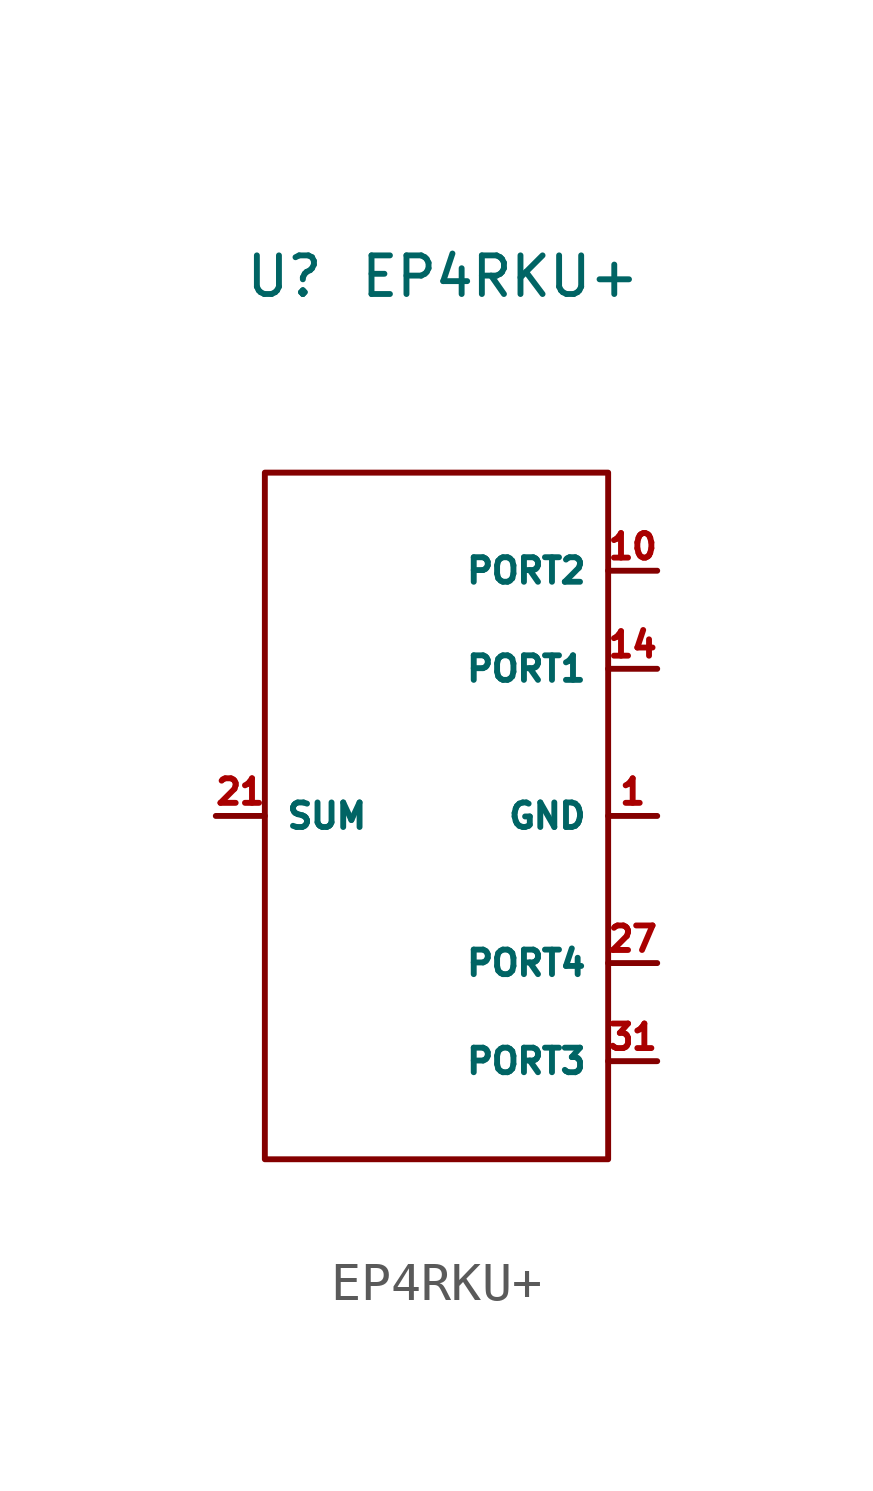
<source format=kicad_sym>
(kicad_symbol_lib
  (version 20241209)
  (generator "kicad_symbol_editor")
  (generator_version "9.0")
  (symbol "EP4RKU+"
    (property "Reference" "U"
      (at -3.302 13.97 0)
      (effects (font (size 1 1))))
    (property "Value" "EP4RKU+"
      (at 2.286 13.97 0)
      (effects (font (size 1 1))))
    (symbol "EP4RKU+_0_1"
      (rectangle (start -3.81 8.89) (end 5.08 -8.89) (stroke (width 0) (type default)) (fill (type none))))
    (symbol "EP4RKU+_1_0"
      (pin passive line (at 6.35 0 180) (length 1.27) (name "GND" (effects (font (size 0.635 0.635)))) (number "1" (effects (font (size 0.635 0.635)))))
      (pin passive line (at 6.35 0 180) (length 1.27) (hide yes) (name "GND" (effects (font (size 0.635 0.635)))) (number "11" (effects (font (size 0.635 0.635)))))
      (pin passive line (at 6.35 0 180) (length 1.27) (hide yes) (name "GND" (effects (font (size 0.635 0.635)))) (number "12" (effects (font (size 0.635 0.635)))))
      (pin passive line (at 6.35 0 180) (length 1.27) (hide yes) (name "GND" (effects (font (size 0.635 0.635)))) (number "13" (effects (font (size 0.635 0.635)))))
      (pin passive line (at 6.35 0 180) (length 1.27) (hide yes) (name "GND" (effects (font (size 0.635 0.635)))) (number "15" (effects (font (size 0.635 0.635)))))
      (pin passive line (at 6.35 0 180) (length 1.27) (hide yes) (name "GND" (effects (font (size 0.635 0.635)))) (number "16" (effects (font (size 0.635 0.635)))))
      (pin passive line (at 6.35 0 180) (length 1.27) (hide yes) (name "GND" (effects (font (size 0.635 0.635)))) (number "17" (effects (font (size 0.635 0.635)))))
      (pin passive line (at 6.35 0 180) (length 1.27) (hide yes) (name "GND" (effects (font (size 0.635 0.635)))) (number "18" (effects (font (size 0.635 0.635)))))
      (pin passive line (at 6.35 0 180) (length 1.27) (hide yes) (name "GND" (effects (font (size 0.635 0.635)))) (number "19" (effects (font (size 0.635 0.635)))))
      (pin passive line (at 6.35 0 180) (length 1.27) (hide yes) (name "GND" (effects (font (size 0.635 0.635)))) (number "2" (effects (font (size 0.635 0.635)))))
      (pin passive line (at 6.35 0 180) (length 1.27) (hide yes) (name "GND" (effects (font (size 0.635 0.635)))) (number "20" (effects (font (size 0.635 0.635)))))
      (pin passive line (at 6.35 0 180) (length 1.27) (hide yes) (name "GND" (effects (font (size 0.635 0.635)))) (number "22" (effects (font (size 0.635 0.635)))))
      (pin passive line (at 6.35 0 180) (length 1.27) (hide yes) (name "GND" (effects (font (size 0.635 0.635)))) (number "23" (effects (font (size 0.635 0.635)))))
      (pin passive line (at 6.35 0 180) (length 1.27) (hide yes) (name "GND" (effects (font (size 0.635 0.635)))) (number "24" (effects (font (size 0.635 0.635)))))
      (pin passive line (at 6.35 0 180) (length 1.27) (hide yes) (name "GND" (effects (font (size 0.635 0.635)))) (number "25" (effects (font (size 0.635 0.635)))))
      (pin passive line (at 6.35 0 180) (length 1.27) (hide yes) (name "GND" (effects (font (size 0.635 0.635)))) (number "26" (effects (font (size 0.635 0.635)))))
      (pin passive line (at 6.35 0 180) (length 1.27) (hide yes) (name "GND" (effects (font (size 0.635 0.635)))) (number "28" (effects (font (size 0.635 0.635)))))
      (pin passive line (at 6.35 0 180) (length 1.27) (hide yes) (name "GND" (effects (font (size 0.635 0.635)))) (number "29" (effects (font (size 0.635 0.635)))))
      (pin passive line (at 6.35 0 180) (length 1.27) (hide yes) (name "GND" (effects (font (size 0.635 0.635)))) (number "3" (effects (font (size 0.635 0.635)))))
      (pin passive line (at 6.35 0 180) (length 1.27) (hide yes) (name "GND" (effects (font (size 0.635 0.635)))) (number "30" (effects (font (size 0.635 0.635)))))
      (pin passive line (at 6.35 0 180) (length 1.27) (hide yes) (name "GND" (effects (font (size 0.635 0.635)))) (number "32" (effects (font (size 0.635 0.635)))))
      (pin passive line (at 6.35 0 180) (length 1.27) (hide yes) (name "GND" (effects (font (size 0.635 0.635)))) (number "33" (effects (font (size 0.635 0.635)))))
      (pin passive line (at 6.35 0 180) (length 1.27) (hide yes) (name "GND" (effects (font (size 0.635 0.635)))) (number "4" (effects (font (size 0.635 0.635)))))
      (pin passive line (at 6.35 0 180) (length 1.27) (hide yes) (name "GND" (effects (font (size 0.635 0.635)))) (number "5" (effects (font (size 0.635 0.635)))))
      (pin passive line (at 6.35 0 180) (length 1.27) (hide yes) (name "GND" (effects (font (size 0.635 0.635)))) (number "6" (effects (font (size 0.635 0.635)))))
      (pin passive line (at 6.35 0 180) (length 1.27) (hide yes) (name "GND" (effects (font (size 0.635 0.635)))) (number "7" (effects (font (size 0.635 0.635)))))
      (pin passive line (at 6.35 0 180) (length 1.27) (hide yes) (name "GND" (effects (font (size 0.635 0.635)))) (number "8" (effects (font (size 0.635 0.635)))))
      (pin passive line (at 6.35 0 180) (length 1.27) (hide yes) (name "GND" (effects (font (size 0.635 0.635)))) (number "9" (effects (font (size 0.635 0.635))))))
    (symbol "EP4RKU+_1_1"
      (pin passive line (at -5.08 0 0) (length 1.27) (name "SUM" (effects (font (size 0.635 0.635)))) (number "21" (effects (font (size 0.635 0.635)))))
      (pin passive line (at 6.35 6.35 180) (length 1.27) (name "PORT2" (effects (font (size 0.635 0.635)))) (number "10" (effects (font (size 0.635 0.635)))))
      (pin passive line (at 6.35 3.81 180) (length 1.27) (name "PORT1" (effects (font (size 0.635 0.635)))) (number "14" (effects (font (size 0.635 0.635)))))
      (pin passive line (at 6.35 -3.81 180) (length 1.27) (name "PORT4" (effects (font (size 0.635 0.635)))) (number "27" (effects (font (size 0.635 0.635)))))
      (pin passive line (at 6.35 -6.35 180) (length 1.27) (name "PORT3" (effects (font (size 0.635 0.635)))) (number "31" (effects (font (size 0.635 0.635))))))))
</source>
